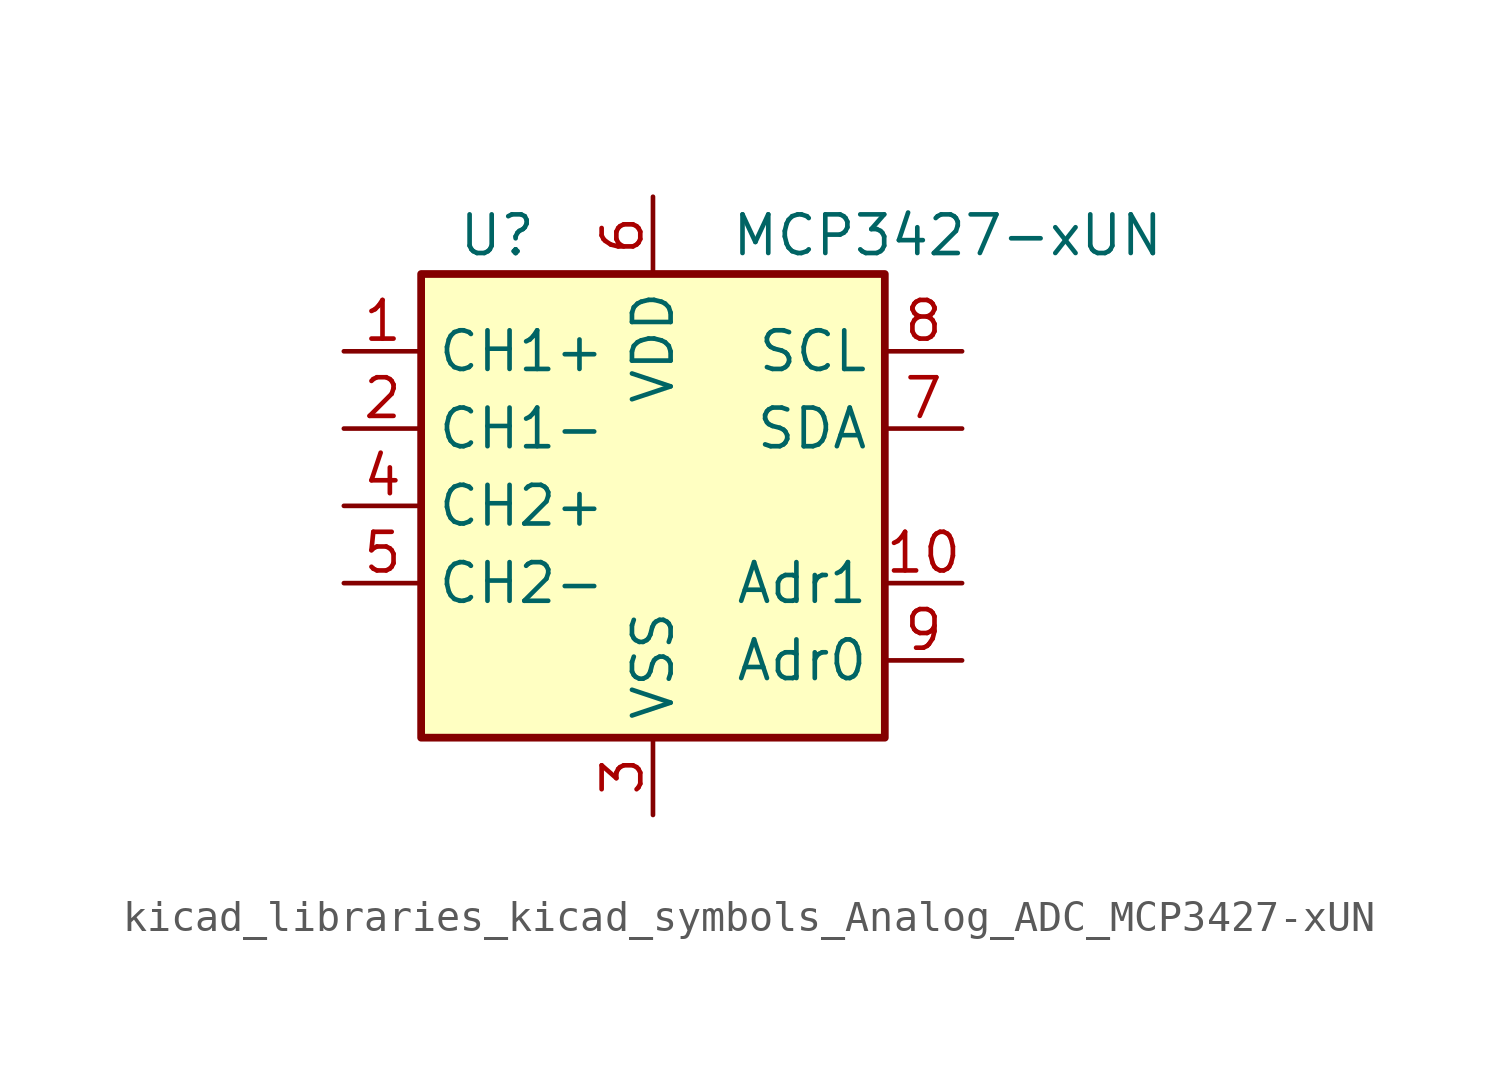
<source format=kicad_sym>
(kicad_symbol_lib
  (version 20220914)
  (generator kicad_symbol_editor)
  (symbol "kicad_libraries_kicad_symbols_Analog_ADC_MCP3427-xUN"
    (property "Reference" "U"
      (at -3.81 8.89 0)
      (effects (font (size 1.27 1.27)) (justify right)))
    (property "Value" "MCP3427-xUN"
      (at 2.54 8.89 0)
      (effects (font (size 1.27 1.27)) (justify left)))
    (symbol "kicad_libraries_kicad_symbols_Analog_ADC_MCP3427-xUN_0_1"
      (rectangle (start -7.62 7.62) (end 7.62 -7.62) (stroke (width 0.254) (type default)) (fill (type background))))
    (symbol "kicad_libraries_kicad_symbols_Analog_ADC_MCP3427-xUN_1_1"
      (pin input line (at -10.16 5.08 0) (length 2.54) (name "CH1+" (effects (font (size 1.27 1.27)))) (number "1" (effects (font (size 1.27 1.27)))))
      (pin input line (at 10.16 -2.54 180) (length 2.54) (name "Adr1" (effects (font (size 1.27 1.27)))) (number "10" (effects (font (size 1.27 1.27)))))
      (pin input line (at -10.16 2.54 0) (length 2.54) (name "CH1-" (effects (font (size 1.27 1.27)))) (number "2" (effects (font (size 1.27 1.27)))))
      (pin power_in line (at 0 -10.16 90) (length 2.54) (name "VSS" (effects (font (size 1.27 1.27)))) (number "3" (effects (font (size 1.27 1.27)))))
      (pin input line (at -10.16 0 0) (length 2.54) (name "CH2+" (effects (font (size 1.27 1.27)))) (number "4" (effects (font (size 1.27 1.27)))))
      (pin input line (at -10.16 -2.54 0) (length 2.54) (name "CH2-" (effects (font (size 1.27 1.27)))) (number "5" (effects (font (size 1.27 1.27)))))
      (pin power_in line (at 0 10.16 270) (length 2.54) (name "VDD" (effects (font (size 1.27 1.27)))) (number "6" (effects (font (size 1.27 1.27)))))
      (pin bidirectional line (at 10.16 2.54 180) (length 2.54) (name "SDA" (effects (font (size 1.27 1.27)))) (number "7" (effects (font (size 1.27 1.27)))))
      (pin input line (at 10.16 5.08 180) (length 2.54) (name "SCL" (effects (font (size 1.27 1.27)))) (number "8" (effects (font (size 1.27 1.27)))))
      (pin input line (at 10.16 -5.08 180) (length 2.54) (name "Adr0" (effects (font (size 1.27 1.27)))) (number "9" (effects (font (size 1.27 1.27))))))))
</source>
